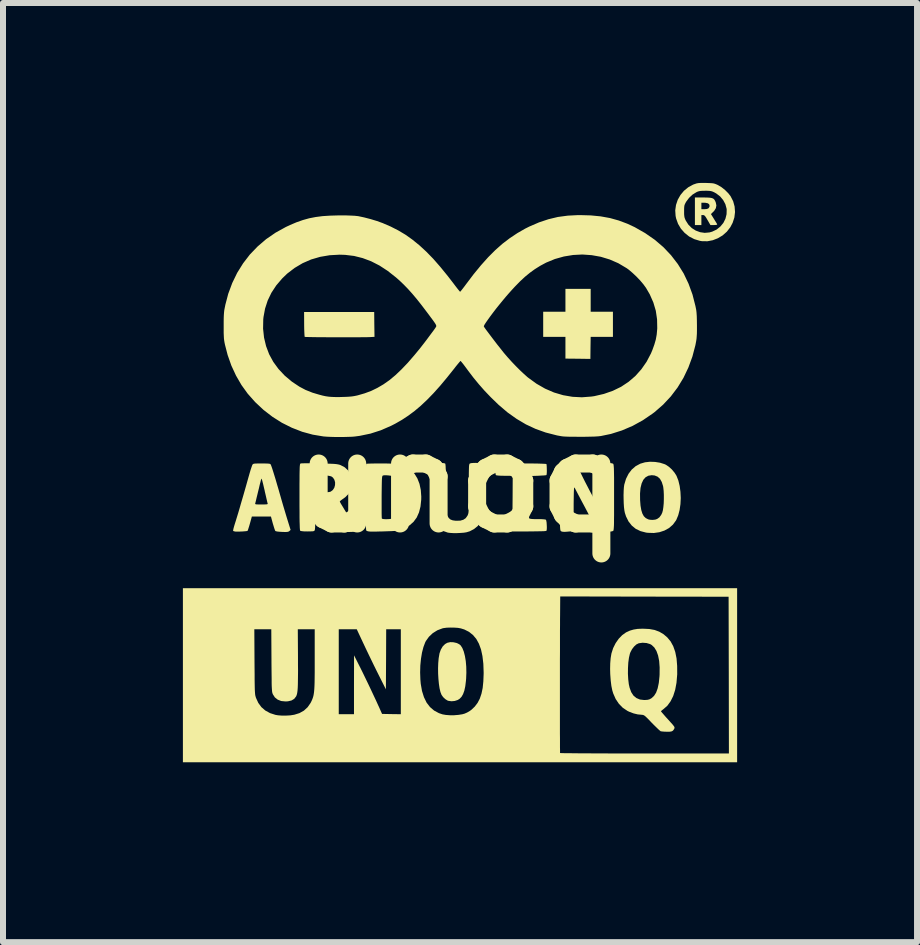
<source format=kicad_pcb>
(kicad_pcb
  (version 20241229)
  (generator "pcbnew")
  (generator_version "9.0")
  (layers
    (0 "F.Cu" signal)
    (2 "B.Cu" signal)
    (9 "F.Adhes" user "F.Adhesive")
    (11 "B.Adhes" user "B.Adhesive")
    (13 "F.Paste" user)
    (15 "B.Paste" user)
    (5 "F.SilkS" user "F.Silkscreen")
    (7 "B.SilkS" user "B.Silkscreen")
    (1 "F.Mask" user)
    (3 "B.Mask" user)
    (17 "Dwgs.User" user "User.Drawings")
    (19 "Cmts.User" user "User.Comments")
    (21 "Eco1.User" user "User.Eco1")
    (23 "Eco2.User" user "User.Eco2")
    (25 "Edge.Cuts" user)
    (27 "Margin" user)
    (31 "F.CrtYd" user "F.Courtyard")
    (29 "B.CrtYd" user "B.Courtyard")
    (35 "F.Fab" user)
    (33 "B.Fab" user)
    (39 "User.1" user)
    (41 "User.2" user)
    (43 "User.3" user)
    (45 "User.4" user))
  (footprint "unoq"
    (layer "F.Cu")
    (at 4.621 5.001)
    (property "Reference" "unoq" (at 0 0 0) (layer "F.SilkS") (effects (font (size 1.5 1.5) (thickness 0.3))))
    (attr board_only exclude_from_pos_files exclude_from_bom)
    (fp_poly (pts (xy 2.179 -3.043) (xy 2.179 -2.853) (xy 2.364 -2.853) (xy 2.55 -2.853) (xy 2.55 -2.643) (xy 2.55 -2.433) (xy 2.364 -2.433) (xy 2.179 -2.433) (xy 2.176 -2.249) (xy 2.174 -2.066) (xy 1.966 -2.069) (xy 1.758 -2.071) (xy 1.758 -2.252) (xy 1.758 -2.433) (xy 1.573 -2.433) (xy 1.387 -2.433) (xy 1.387 -2.643) (xy 1.387 -2.853) (xy 1.573 -2.853) (xy 1.758 -2.853) (xy 1.758 -3.043) (xy 1.758 -3.234) (xy 1.968 -3.234) (xy 2.179 -3.234)) (stroke (width 0) (type solid)) (fill yes) (layer "F.SilkS"))
    (fp_poly (pts (xy -1.429 -2.641) (xy -1.426 -2.434) (xy -1.497 -2.43) (xy -1.523 -2.429) (xy -1.565 -2.428) (xy -1.619 -2.428) (xy -1.686 -2.427) (xy -1.761 -2.427) (xy -1.843 -2.427) (xy -1.93 -2.427) (xy -2.02 -2.427) (xy -2.11 -2.427) (xy -2.198 -2.427) (xy -2.283 -2.428) (xy -2.361 -2.428) (xy -2.432 -2.429) (xy -2.492 -2.43) (xy -2.539 -2.431) (xy -2.572 -2.432) (xy -2.588 -2.433) (xy -2.589 -2.433) (xy -2.592 -2.444) (xy -2.594 -2.471) (xy -2.596 -2.512) (xy -2.598 -2.564) (xy -2.599 -2.624) (xy -2.599 -2.643) (xy -2.6 -2.848) (xy -2.016 -2.848) (xy -1.431 -2.848)) (stroke (width 0) (type solid)) (fill yes) (layer "F.SilkS"))
    (fp_poly (pts (xy -0.11 2.659) (xy -0.057 2.671) (xy -0.013 2.692) (xy 0.011 2.712) (xy 0.039 2.756) (xy 0.063 2.815) (xy 0.082 2.889) (xy 0.096 2.973) (xy 0.104 3.066) (xy 0.106 3.165) (xy 0.102 3.266) (xy 0.099 3.301) (xy 0.088 3.392) (xy 0.072 3.466) (xy 0.051 3.524) (xy 0.025 3.569) (xy -0.008 3.603) (xy -0.039 3.622) (xy -0.088 3.638) (xy -0.142 3.643) (xy -0.193 3.636) (xy -0.21 3.63) (xy -0.246 3.607) (xy -0.281 3.574) (xy -0.307 3.538) (xy -0.308 3.536) (xy -0.326 3.49) (xy -0.341 3.427) (xy -0.352 3.353) (xy -0.36 3.27) (xy -0.365 3.182) (xy -0.366 3.093) (xy -0.363 3.007) (xy -0.356 2.926) (xy -0.344 2.856) (xy -0.342 2.844) (xy -0.32 2.782) (xy -0.289 2.729) (xy -0.249 2.689) (xy -0.212 2.668) (xy -0.163 2.657)) (stroke (width 0) (type solid)) (fill yes) (layer "F.SilkS"))
    (fp_poly (pts (xy 4.121 -4.757) (xy 4.168 -4.754) (xy 4.202 -4.748) (xy 4.226 -4.737) (xy 4.243 -4.72) (xy 4.256 -4.696) (xy 4.265 -4.674) (xy 4.275 -4.625) (xy 4.266 -4.579) (xy 4.238 -4.534) (xy 4.221 -4.517) (xy 4.184 -4.482) (xy 4.236 -4.398) (xy 4.258 -4.362) (xy 4.276 -4.333) (xy 4.287 -4.313) (xy 4.289 -4.307) (xy 4.28 -4.302) (xy 4.257 -4.299) (xy 4.232 -4.298) (xy 4.176 -4.298) (xy 4.128 -4.381) (xy 4.105 -4.42) (xy 4.088 -4.445) (xy 4.075 -4.458) (xy 4.062 -4.464) (xy 4.052 -4.465) (xy 4.025 -4.465) (xy 4.025 -4.381) (xy 4.025 -4.298) (xy 3.971 -4.298) (xy 3.917 -4.298) (xy 3.917 -4.528) (xy 3.917 -4.616) (xy 4.025 -4.616) (xy 4.025 -4.562) (xy 4.075 -4.562) (xy 4.118 -4.566) (xy 4.144 -4.578) (xy 4.158 -4.6) (xy 4.162 -4.617) (xy 4.155 -4.644) (xy 4.133 -4.661) (xy 4.096 -4.669) (xy 4.078 -4.67) (xy 4.025 -4.67) (xy 4.025 -4.616) (xy 3.917 -4.616) (xy 3.917 -4.758) (xy 4.058 -4.758)) (stroke (width 0) (type solid)) (fill yes) (layer "F.SilkS"))
    (fp_poly (pts (xy 3.253 -0.348) (xy 3.335 -0.335) (xy 3.408 -0.312) (xy 3.431 -0.302) (xy 3.482 -0.268) (xy 3.533 -0.222) (xy 3.578 -0.168) (xy 3.61 -0.117) (xy 3.641 -0.038) (xy 3.663 0.053) (xy 3.676 0.151) (xy 3.681 0.254) (xy 3.676 0.355) (xy 3.662 0.453) (xy 3.639 0.541) (xy 3.607 0.618) (xy 3.6 0.63) (xy 3.55 0.698) (xy 3.486 0.754) (xy 3.41 0.796) (xy 3.325 0.824) (xy 3.233 0.837) (xy 3.136 0.834) (xy 3.102 0.83) (xy 3.01 0.806) (xy 2.931 0.768) (xy 2.865 0.714) (xy 2.811 0.646) (xy 2.769 0.562) (xy 2.749 0.501) (xy 2.741 0.461) (xy 2.734 0.405) (xy 2.73 0.34) (xy 2.728 0.27) (xy 2.727 0.199) (xy 2.728 0.178) (xy 3.002 0.178) (xy 3.003 0.287) (xy 3.003 0.288) (xy 3.01 0.38) (xy 3.023 0.455) (xy 3.041 0.513) (xy 3.065 0.557) (xy 3.097 0.588) (xy 3.137 0.609) (xy 3.165 0.616) (xy 3.21 0.619) (xy 3.256 0.614) (xy 3.287 0.603) (xy 3.325 0.576) (xy 3.355 0.535) (xy 3.372 0.499) (xy 3.383 0.459) (xy 3.391 0.405) (xy 3.397 0.341) (xy 3.399 0.271) (xy 3.399 0.201) (xy 3.396 0.135) (xy 3.39 0.079) (xy 3.386 0.055) (xy 3.364 -0.014) (xy 3.334 -0.067) (xy 3.295 -0.102) (xy 3.246 -0.122) (xy 3.197 -0.127) (xy 3.141 -0.118) (xy 3.094 -0.092) (xy 3.057 -0.05) (xy 3.029 0.01) (xy 3.01 0.086) (xy 3.002 0.178) (xy 2.728 0.178) (xy 2.729 0.132) (xy 2.733 0.074) (xy 2.739 0.031) (xy 2.768 -0.066) (xy 2.81 -0.15) (xy 2.864 -0.221) (xy 2.93 -0.278) (xy 3.007 -0.319) (xy 3.086 -0.342) (xy 3.168 -0.351)) (stroke (width 0) (type solid)) (fill yes) (layer "F.SilkS"))
    (fp_poly (pts (xy 4.109 -5) (xy 4.162 -4.998) (xy 4.2 -4.996) (xy 4.229 -4.992) (xy 4.254 -4.985) (xy 4.279 -4.975) (xy 4.301 -4.965) (xy 4.361 -4.929) (xy 4.421 -4.881) (xy 4.474 -4.828) (xy 4.512 -4.779) (xy 4.555 -4.695) (xy 4.579 -4.607) (xy 4.586 -4.515) (xy 4.575 -4.424) (xy 4.546 -4.335) (xy 4.508 -4.263) (xy 4.45 -4.188) (xy 4.38 -4.126) (xy 4.3 -4.078) (xy 4.215 -4.045) (xy 4.126 -4.028) (xy 4.036 -4.029) (xy 4 -4.035) (xy 3.907 -4.063) (xy 3.821 -4.107) (xy 3.747 -4.166) (xy 3.684 -4.237) (xy 3.636 -4.318) (xy 3.604 -4.407) (xy 3.595 -4.45) (xy 3.59 -4.528) (xy 3.737 -4.528) (xy 3.737 -4.481) (xy 3.74 -4.447) (xy 3.745 -4.42) (xy 3.755 -4.394) (xy 3.764 -4.374) (xy 3.808 -4.305) (xy 3.865 -4.248) (xy 3.931 -4.206) (xy 4.004 -4.179) (xy 4.08 -4.168) (xy 4.159 -4.175) (xy 4.205 -4.188) (xy 4.279 -4.223) (xy 4.341 -4.273) (xy 4.391 -4.333) (xy 4.426 -4.403) (xy 4.445 -4.479) (xy 4.447 -4.558) (xy 4.445 -4.573) (xy 4.425 -4.646) (xy 4.388 -4.715) (xy 4.337 -4.776) (xy 4.273 -4.825) (xy 4.241 -4.843) (xy 4.213 -4.856) (xy 4.187 -4.864) (xy 4.159 -4.868) (xy 4.121 -4.87) (xy 4.088 -4.87) (xy 4.041 -4.869) (xy 4.007 -4.867) (xy 3.98 -4.861) (xy 3.954 -4.852) (xy 3.937 -4.843) (xy 3.876 -4.805) (xy 3.82 -4.752) (xy 3.774 -4.691) (xy 3.765 -4.676) (xy 3.752 -4.651) (xy 3.743 -4.629) (xy 3.739 -4.603) (xy 3.737 -4.569) (xy 3.737 -4.528) (xy 3.59 -4.528) (xy 3.589 -4.543) (xy 3.602 -4.634) (xy 3.631 -4.72) (xy 3.676 -4.799) (xy 3.734 -4.869) (xy 3.806 -4.928) (xy 3.888 -4.973) (xy 3.943 -4.992) (xy 3.975 -4.998) (xy 4.024 -5.001) (xy 4.088 -5.001)) (stroke (width 0) (type solid)) (fill yes) (layer "F.SilkS"))
    (fp_poly (pts (xy 1.121 -0.322) (xy 1.213 -0.322) (xy 1.291 -0.321) (xy 1.353 -0.319) (xy 1.4 -0.317) (xy 1.43 -0.315) (xy 1.441 -0.313) (xy 1.444 -0.298) (xy 1.446 -0.271) (xy 1.447 -0.235) (xy 1.448 -0.198) (xy 1.447 -0.164) (xy 1.444 -0.139) (xy 1.442 -0.129) (xy 1.43 -0.126) (xy 1.402 -0.123) (xy 1.362 -0.121) (xy 1.314 -0.118) (xy 1.291 -0.117) (xy 1.148 -0.112) (xy 1.145 0.233) (xy 1.145 0.335) (xy 1.145 0.418) (xy 1.146 0.484) (xy 1.147 0.533) (xy 1.149 0.567) (xy 1.152 0.587) (xy 1.154 0.592) (xy 1.164 0.598) (xy 1.185 0.602) (xy 1.219 0.605) (xy 1.269 0.606) (xy 1.294 0.606) (xy 1.354 0.606) (xy 1.396 0.609) (xy 1.422 0.612) (xy 1.434 0.618) (xy 1.434 0.618) (xy 1.439 0.634) (xy 1.444 0.663) (xy 1.446 0.699) (xy 1.448 0.737) (xy 1.447 0.771) (xy 1.444 0.794) (xy 1.442 0.799) (xy 1.436 0.802) (xy 1.419 0.805) (xy 1.392 0.807) (xy 1.352 0.808) (xy 1.297 0.809) (xy 1.228 0.81) (xy 1.142 0.811) (xy 1.038 0.811) (xy 1.016 0.811) (xy 0.914 0.811) (xy 0.83 0.811) (xy 0.762 0.81) (xy 0.708 0.809) (xy 0.667 0.808) (xy 0.637 0.807) (xy 0.616 0.805) (xy 0.603 0.802) (xy 0.595 0.799) (xy 0.592 0.795) (xy 0.592 0.795) (xy 0.588 0.775) (xy 0.587 0.743) (xy 0.587 0.705) (xy 0.588 0.669) (xy 0.592 0.64) (xy 0.596 0.625) (xy 0.604 0.619) (xy 0.621 0.614) (xy 0.651 0.61) (xy 0.695 0.608) (xy 0.74 0.606) (xy 0.874 0.601) (xy 0.877 0.242) (xy 0.879 -0.117) (xy 0.745 -0.117) (xy 0.68 -0.118) (xy 0.635 -0.121) (xy 0.607 -0.125) (xy 0.598 -0.129) (xy 0.593 -0.144) (xy 0.589 -0.172) (xy 0.586 -0.208) (xy 0.586 -0.246) (xy 0.587 -0.28) (xy 0.591 -0.304) (xy 0.592 -0.307) (xy 0.595 -0.311) (xy 0.602 -0.314) (xy 0.616 -0.316) (xy 0.636 -0.318) (xy 0.666 -0.32) (xy 0.707 -0.321) (xy 0.761 -0.322) (xy 0.829 -0.322) (xy 0.914 -0.322) (xy 1.016 -0.322) (xy 1.016 -0.322)) (stroke (width 0) (type solid)) (fill yes) (layer "F.SilkS"))
    (fp_poly (pts (xy -1.225 -0.322) (xy -1.149 -0.32) (xy -1.087 -0.317) (xy -1.036 -0.311) (xy -0.993 -0.303) (xy -0.955 -0.293) (xy -0.92 -0.279) (xy -0.889 -0.263) (xy -0.818 -0.214) (xy -0.758 -0.15) (xy -0.711 -0.073) (xy -0.676 0.017) (xy -0.654 0.119) (xy -0.646 0.231) (xy -0.647 0.283) (xy -0.659 0.396) (xy -0.684 0.494) (xy -0.722 0.579) (xy -0.775 0.651) (xy -0.842 0.71) (xy -0.924 0.758) (xy -0.983 0.783) (xy -1.013 0.792) (xy -1.047 0.799) (xy -1.09 0.803) (xy -1.145 0.806) (xy -1.177 0.807) (xy -1.235 0.809) (xy -1.293 0.811) (xy -1.345 0.812) (xy -1.385 0.813) (xy -1.387 0.814) (xy -1.431 0.814) (xy -1.473 0.814) (xy -1.504 0.813) (xy -1.534 0.809) (xy -1.556 0.802) (xy -1.56 0.799) (xy -1.563 0.793) (xy -1.566 0.779) (xy -1.568 0.755) (xy -1.569 0.72) (xy -1.57 0.673) (xy -1.571 0.613) (xy -1.572 0.538) (xy -1.573 0.447) (xy -1.573 0.391) (xy -1.307 0.391) (xy -1.307 0.457) (xy -1.307 0.513) (xy -1.306 0.556) (xy -1.305 0.584) (xy -1.304 0.595) (xy -1.292 0.602) (xy -1.265 0.606) (xy -1.227 0.607) (xy -1.184 0.605) (xy -1.14 0.6) (xy -1.098 0.594) (xy -1.064 0.585) (xy -1.049 0.579) (xy -1.011 0.554) (xy -0.982 0.524) (xy -0.96 0.485) (xy -0.946 0.435) (xy -0.937 0.372) (xy -0.934 0.292) (xy -0.934 0.269) (xy -0.936 0.172) (xy -0.944 0.092) (xy -0.958 0.027) (xy -0.98 -0.024) (xy -1.008 -0.062) (xy -1.04 -0.088) (xy -1.066 -0.099) (xy -1.104 -0.109) (xy -1.148 -0.117) (xy -1.194 -0.123) (xy -1.236 -0.126) (xy -1.269 -0.125) (xy -1.288 -0.121) (xy -1.292 -0.116) (xy -1.296 -0.108) (xy -1.299 -0.095) (xy -1.301 -0.074) (xy -1.303 -0.043) (xy -1.304 -0.001) (xy -1.305 0.054) (xy -1.306 0.125) (xy -1.307 0.212) (xy -1.307 0.235) (xy -1.307 0.316) (xy -1.307 0.391) (xy -1.573 0.391) (xy -1.573 0.339) (xy -1.573 0.239) (xy -1.573 0.133) (xy -1.572 0.035) (xy -1.572 -0.055) (xy -1.571 -0.134) (xy -1.57 -0.201) (xy -1.568 -0.254) (xy -1.567 -0.292) (xy -1.565 -0.313) (xy -1.564 -0.317) (xy -1.552 -0.318) (xy -1.524 -0.32) (xy -1.481 -0.321) (xy -1.427 -0.322) (xy -1.365 -0.322) (xy -1.317 -0.322)) (stroke (width 0) (type solid)) (fill yes) (layer "F.SilkS"))
    (fp_poly (pts (xy -3.251 -0.322) (xy -3.212 -0.321) (xy -3.186 -0.319) (xy -3.17 -0.316) (xy -3.161 -0.311) (xy -3.156 -0.303) (xy -3.156 -0.303) (xy -3.148 -0.284) (xy -3.135 -0.248) (xy -3.119 -0.198) (xy -3.099 -0.134) (xy -3.076 -0.059) (xy -3.052 0.024) (xy -3.025 0.115) (xy -2.998 0.21) (xy -2.995 0.22) (xy -2.973 0.297) (xy -2.949 0.38) (xy -2.924 0.463) (xy -2.901 0.54) (xy -2.881 0.606) (xy -2.878 0.615) (xy -2.825 0.786) (xy -2.846 0.805) (xy -2.858 0.813) (xy -2.874 0.818) (xy -2.898 0.82) (xy -2.934 0.82) (xy -2.967 0.819) (xy -3.015 0.816) (xy -3.051 0.812) (xy -3.074 0.806) (xy -3.079 0.804) (xy -3.086 0.79) (xy -3.096 0.762) (xy -3.108 0.723) (xy -3.122 0.677) (xy -3.122 0.677) (xy -3.153 0.562) (xy -3.312 0.562) (xy -3.471 0.562) (xy -3.503 0.678) (xy -3.516 0.723) (xy -3.528 0.761) (xy -3.537 0.789) (xy -3.543 0.801) (xy -3.543 0.801) (xy -3.556 0.805) (xy -3.583 0.808) (xy -3.62 0.811) (xy -3.66 0.813) (xy -3.7 0.814) (xy -3.733 0.814) (xy -3.747 0.813) (xy -3.77 0.808) (xy -3.783 0.803) (xy -3.783 0.791) (xy -3.778 0.765) (xy -3.768 0.728) (xy -3.756 0.688) (xy -3.741 0.641) (xy -3.722 0.579) (xy -3.699 0.504) (xy -3.674 0.419) (xy -3.655 0.352) (xy -3.416 0.352) (xy -3.41 0.357) (xy -3.396 0.36) (xy -3.368 0.361) (xy -3.325 0.361) (xy -3.312 0.361) (xy -3.264 0.361) (xy -3.233 0.36) (xy -3.216 0.358) (xy -3.208 0.353) (xy -3.207 0.346) (xy -3.208 0.344) (xy -3.212 0.33) (xy -3.219 0.3) (xy -3.229 0.257) (xy -3.241 0.204) (xy -3.255 0.145) (xy -3.257 0.133) (xy -3.271 0.074) (xy -3.283 0.022) (xy -3.294 -0.021) (xy -3.302 -0.051) (xy -3.306 -0.065) (xy -3.306 -0.066) (xy -3.309 -0.068) (xy -3.312 -0.065) (xy -3.316 -0.056) (xy -3.322 -0.038) (xy -3.329 -0.009) (xy -3.34 0.033) (xy -3.353 0.09) (xy -3.366 0.142) (xy -3.38 0.2) (xy -3.393 0.253) (xy -3.403 0.296) (xy -3.411 0.328) (xy -3.415 0.344) (xy -3.415 0.344) (xy -3.416 0.352) (xy -3.655 0.352) (xy -3.648 0.328) (xy -3.62 0.233) (xy -3.593 0.139) (xy -3.567 0.048) (xy -3.543 -0.038) (xy -3.522 -0.112) (xy -3.506 -0.168) (xy -3.491 -0.218) (xy -3.477 -0.26) (xy -3.467 -0.289) (xy -3.462 -0.3) (xy -3.456 -0.309) (xy -3.447 -0.315) (xy -3.433 -0.319) (xy -3.411 -0.321) (xy -3.376 -0.322) (xy -3.326 -0.322) (xy -3.307 -0.322)) (stroke (width 0) (type solid)) (fill yes) (layer "F.SilkS"))
    (fp_poly (pts (xy -0.309 -0.331) (xy -0.274 -0.328) (xy -0.251 -0.323) (xy -0.246 -0.319) (xy -0.243 -0.306) (xy -0.24 -0.274) (xy -0.238 -0.223) (xy -0.236 -0.153) (xy -0.234 -0.064) (xy -0.233 0.045) (xy -0.232 0.103) (xy -0.232 0.204) (xy -0.231 0.287) (xy -0.23 0.354) (xy -0.229 0.408) (xy -0.228 0.449) (xy -0.226 0.481) (xy -0.224 0.504) (xy -0.221 0.522) (xy -0.217 0.535) (xy -0.213 0.546) (xy -0.21 0.551) (xy -0.187 0.588) (xy -0.159 0.612) (xy -0.122 0.626) (xy -0.072 0.633) (xy -0.06 0.633) (xy 0.005 0.631) (xy 0.056 0.616) (xy 0.095 0.59) (xy 0.124 0.549) (xy 0.125 0.547) (xy 0.13 0.536) (xy 0.134 0.525) (xy 0.138 0.512) (xy 0.141 0.495) (xy 0.143 0.472) (xy 0.144 0.441) (xy 0.145 0.401) (xy 0.146 0.349) (xy 0.146 0.283) (xy 0.147 0.202) (xy 0.147 0.103) (xy 0.147 0.096) (xy 0.147 -0.004) (xy 0.147 -0.086) (xy 0.147 -0.153) (xy 0.148 -0.205) (xy 0.149 -0.244) (xy 0.15 -0.273) (xy 0.152 -0.294) (xy 0.155 -0.307) (xy 0.158 -0.315) (xy 0.162 -0.32) (xy 0.165 -0.322) (xy 0.186 -0.328) (xy 0.22 -0.331) (xy 0.261 -0.332) (xy 0.303 -0.331) (xy 0.342 -0.329) (xy 0.372 -0.324) (xy 0.385 -0.32) (xy 0.389 -0.316) (xy 0.392 -0.309) (xy 0.395 -0.298) (xy 0.397 -0.28) (xy 0.398 -0.255) (xy 0.399 -0.22) (xy 0.4 -0.173) (xy 0.4 -0.113) (xy 0.399 -0.038) (xy 0.399 0.053) (xy 0.398 0.113) (xy 0.397 0.217) (xy 0.396 0.303) (xy 0.395 0.374) (xy 0.393 0.43) (xy 0.392 0.475) (xy 0.39 0.511) (xy 0.387 0.538) (xy 0.384 0.559) (xy 0.38 0.576) (xy 0.377 0.586) (xy 0.344 0.658) (xy 0.296 0.72) (xy 0.234 0.771) (xy 0.161 0.809) (xy 0.108 0.825) (xy 0.065 0.832) (xy 0.01 0.836) (xy -0.05 0.839) (xy -0.109 0.839) (xy -0.161 0.836) (xy -0.201 0.831) (xy -0.205 0.83) (xy -0.285 0.802) (xy -0.354 0.758) (xy -0.409 0.701) (xy -0.451 0.631) (xy -0.477 0.55) (xy -0.478 0.542) (xy -0.481 0.519) (xy -0.483 0.48) (xy -0.486 0.425) (xy -0.489 0.359) (xy -0.491 0.283) (xy -0.493 0.2) (xy -0.495 0.112) (xy -0.495 0.089) (xy -0.497 -0.009) (xy -0.498 -0.09) (xy -0.498 -0.155) (xy -0.499 -0.205) (xy -0.498 -0.244) (xy -0.497 -0.272) (xy -0.495 -0.291) (xy -0.493 -0.304) (xy -0.49 -0.312) (xy -0.486 -0.317) (xy -0.483 -0.319) (xy -0.465 -0.325) (xy -0.433 -0.33) (xy -0.393 -0.332) (xy -0.35 -0.333)) (stroke (width 0) (type solid)) (fill yes) (layer "F.SilkS"))
    (fp_poly (pts (xy 3.156 2.438) (xy 3.245 2.454) (xy 3.323 2.483) (xy 3.394 2.525) (xy 3.457 2.579) (xy 3.512 2.645) (xy 3.556 2.726) (xy 3.589 2.82) (xy 3.611 2.929) (xy 3.621 3.054) (xy 3.622 3.195) (xy 3.621 3.204) (xy 3.61 3.335) (xy 3.588 3.452) (xy 3.555 3.556) (xy 3.511 3.644) (xy 3.457 3.718) (xy 3.393 3.774) (xy 3.369 3.792) (xy 3.354 3.806) (xy 3.351 3.81) (xy 3.357 3.819) (xy 3.375 3.84) (xy 3.401 3.87) (xy 3.434 3.908) (xy 3.468 3.945) (xy 3.51 3.992) (xy 3.541 4.026) (xy 3.561 4.051) (xy 3.573 4.068) (xy 3.577 4.081) (xy 3.577 4.09) (xy 3.575 4.096) (xy 3.56 4.122) (xy 3.544 4.138) (xy 3.523 4.147) (xy 3.492 4.151) (xy 3.449 4.151) (xy 3.409 4.15) (xy 3.373 4.147) (xy 3.35 4.144) (xy 3.346 4.143) (xy 3.333 4.133) (xy 3.309 4.112) (xy 3.277 4.081) (xy 3.239 4.044) (xy 3.197 4.002) (xy 3.153 3.955) (xy 3.119 3.921) (xy 3.094 3.897) (xy 3.075 3.882) (xy 3.06 3.874) (xy 3.047 3.87) (xy 3.033 3.869) (xy 3.027 3.868) (xy 2.963 3.862) (xy 2.893 3.845) (xy 2.822 3.818) (xy 2.793 3.804) (xy 2.716 3.753) (xy 2.65 3.686) (xy 2.596 3.606) (xy 2.555 3.513) (xy 2.54 3.464) (xy 2.524 3.387) (xy 2.513 3.297) (xy 2.506 3.202) (xy 2.505 3.184) (xy 2.8 3.184) (xy 2.805 3.275) (xy 2.815 3.359) (xy 2.828 3.417) (xy 2.855 3.491) (xy 2.892 3.548) (xy 2.941 3.589) (xy 3 3.614) (xy 3.069 3.622) (xy 3.083 3.622) (xy 3.126 3.619) (xy 3.156 3.612) (xy 3.183 3.598) (xy 3.192 3.593) (xy 3.235 3.554) (xy 3.27 3.499) (xy 3.296 3.427) (xy 3.315 3.337) (xy 3.326 3.231) (xy 3.328 3.199) (xy 3.329 3.078) (xy 3.321 2.971) (xy 3.303 2.88) (xy 3.276 2.805) (xy 3.24 2.746) (xy 3.195 2.704) (xy 3.171 2.69) (xy 3.111 2.672) (xy 3.045 2.667) (xy 2.98 2.676) (xy 2.978 2.677) (xy 2.94 2.696) (xy 2.903 2.73) (xy 2.869 2.774) (xy 2.842 2.825) (xy 2.833 2.849) (xy 2.817 2.918) (xy 2.806 3) (xy 2.801 3.091) (xy 2.8 3.184) (xy 2.505 3.184) (xy 2.503 3.104) (xy 2.505 3.01) (xy 2.512 2.924) (xy 2.524 2.852) (xy 2.526 2.843) (xy 2.554 2.756) (xy 2.595 2.674) (xy 2.646 2.601) (xy 2.704 2.541) (xy 2.768 2.495) (xy 2.772 2.493) (xy 2.833 2.465) (xy 2.895 2.447) (xy 2.963 2.436) (xy 3.044 2.433) (xy 3.052 2.433)) (stroke (width 0) (type solid)) (fill yes) (layer "F.SilkS"))
    (fp_poly (pts (xy 1.858 -0.332) (xy 1.897 -0.328) (xy 1.925 -0.321) (xy 1.937 -0.315) (xy 1.947 -0.3) (xy 1.962 -0.27) (xy 1.981 -0.232) (xy 1.998 -0.195) (xy 2.023 -0.142) (xy 2.052 -0.083) (xy 2.085 -0.017) (xy 2.124 0.058) (xy 2.169 0.145) (xy 2.223 0.245) (xy 2.246 0.288) (xy 2.33 0.445) (xy 2.335 0.064) (xy 2.34 -0.317) (xy 2.369 -0.324) (xy 2.408 -0.329) (xy 2.451 -0.331) (xy 2.492 -0.33) (xy 2.527 -0.326) (xy 2.55 -0.32) (xy 2.554 -0.317) (xy 2.557 -0.312) (xy 2.56 -0.303) (xy 2.562 -0.289) (xy 2.564 -0.267) (xy 2.566 -0.238) (xy 2.567 -0.198) (xy 2.568 -0.147) (xy 2.569 -0.083) (xy 2.569 -0.004) (xy 2.569 0.09) (xy 2.569 0.202) (xy 2.569 0.244) (xy 2.569 0.361) (xy 2.569 0.461) (xy 2.569 0.544) (xy 2.568 0.613) (xy 2.568 0.668) (xy 2.567 0.71) (xy 2.565 0.743) (xy 2.563 0.767) (xy 2.561 0.783) (xy 2.559 0.794) (xy 2.556 0.8) (xy 2.553 0.802) (xy 2.536 0.809) (xy 2.503 0.814) (xy 2.453 0.818) (xy 2.419 0.819) (xy 2.365 0.82) (xy 2.328 0.819) (xy 2.301 0.813) (xy 2.282 0.8) (xy 2.266 0.776) (xy 2.249 0.74) (xy 2.235 0.706) (xy 2.221 0.676) (xy 2.199 0.631) (xy 2.171 0.576) (xy 2.139 0.514) (xy 2.104 0.447) (xy 2.068 0.379) (xy 2.068 0.379) (xy 2.033 0.314) (xy 2.001 0.253) (xy 1.973 0.2) (xy 1.95 0.156) (xy 1.933 0.124) (xy 1.924 0.106) (xy 1.924 0.105) (xy 1.913 0.086) (xy 1.903 0.078) (xy 1.902 0.088) (xy 1.9 0.114) (xy 1.898 0.156) (xy 1.897 0.212) (xy 1.896 0.278) (xy 1.895 0.352) (xy 1.895 0.434) (xy 1.895 0.439) (xy 1.895 0.521) (xy 1.894 0.597) (xy 1.894 0.664) (xy 1.893 0.72) (xy 1.891 0.764) (xy 1.89 0.793) (xy 1.888 0.804) (xy 1.888 0.804) (xy 1.875 0.807) (xy 1.848 0.81) (xy 1.811 0.813) (xy 1.793 0.815) (xy 1.747 0.818) (xy 1.717 0.817) (xy 1.697 0.813) (xy 1.685 0.807) (xy 1.681 0.804) (xy 1.677 0.799) (xy 1.674 0.79) (xy 1.672 0.778) (xy 1.67 0.759) (xy 1.668 0.732) (xy 1.667 0.696) (xy 1.666 0.649) (xy 1.665 0.59) (xy 1.664 0.517) (xy 1.664 0.429) (xy 1.663 0.324) (xy 1.663 0.246) (xy 1.662 0.128) (xy 1.662 0.028) (xy 1.662 -0.056) (xy 1.662 -0.124) (xy 1.662 -0.179) (xy 1.663 -0.223) (xy 1.664 -0.256) (xy 1.666 -0.28) (xy 1.668 -0.296) (xy 1.671 -0.307) (xy 1.674 -0.314) (xy 1.676 -0.316) (xy 1.694 -0.325) (xy 1.726 -0.33) (xy 1.767 -0.333) (xy 1.813 -0.334)) (stroke (width 0) (type solid)) (fill yes) (layer "F.SilkS"))
    (fp_poly (pts (xy -2.498 -0.326) (xy -2.42 -0.325) (xy -2.345 -0.323) (xy -2.259 -0.321) (xy -2.191 -0.319) (xy -2.138 -0.317) (xy -2.097 -0.315) (xy -2.065 -0.312) (xy -2.04 -0.308) (xy -2.02 -0.304) (xy -2.002 -0.299) (xy -1.988 -0.293) (xy -1.922 -0.258) (xy -1.869 -0.209) (xy -1.831 -0.147) (xy -1.818 -0.112) (xy -1.8 -0.029) (xy -1.802 0.049) (xy -1.821 0.12) (xy -1.858 0.184) (xy -1.913 0.24) (xy -1.947 0.265) (xy -1.976 0.285) (xy -1.997 0.302) (xy -2.005 0.312) (xy -2.005 0.313) (xy -1.999 0.325) (xy -1.986 0.349) (xy -1.966 0.382) (xy -1.95 0.408) (xy -1.927 0.447) (xy -1.896 0.497) (xy -1.862 0.554) (xy -1.828 0.611) (xy -1.812 0.639) (xy -1.725 0.784) (xy -1.748 0.802) (xy -1.761 0.81) (xy -1.777 0.816) (xy -1.803 0.819) (xy -1.84 0.82) (xy -1.884 0.82) (xy -1.946 0.819) (xy -1.99 0.815) (xy -2.017 0.809) (xy -2.023 0.806) (xy -2.037 0.794) (xy -2.055 0.768) (xy -2.08 0.728) (xy -2.111 0.672) (xy -2.139 0.618) (xy -2.168 0.563) (xy -2.195 0.513) (xy -2.219 0.47) (xy -2.237 0.437) (xy -2.248 0.419) (xy -2.249 0.418) (xy -2.277 0.393) (xy -2.316 0.378) (xy -2.36 0.373) (xy -2.378 0.375) (xy -2.413 0.382) (xy -2.413 0.577) (xy -2.414 0.645) (xy -2.415 0.704) (xy -2.417 0.749) (xy -2.42 0.78) (xy -2.423 0.792) (xy -2.429 0.8) (xy -2.44 0.806) (xy -2.459 0.809) (xy -2.489 0.81) (xy -2.535 0.811) (xy -2.543 0.811) (xy -2.602 0.81) (xy -2.642 0.806) (xy -2.663 0.801) (xy -2.665 0.799) (xy -2.668 0.791) (xy -2.67 0.774) (xy -2.672 0.744) (xy -2.673 0.703) (xy -2.675 0.647) (xy -2.676 0.577) (xy -2.676 0.491) (xy -2.677 0.387) (xy -2.677 0.266) (xy -2.677 0.238) (xy -2.677 0.12) (xy -2.677 0.02) (xy -2.676 -0.063) (xy -2.676 -0.116) (xy -2.413 -0.116) (xy -2.413 0.018) (xy -2.412 0.068) (xy -2.411 0.11) (xy -2.409 0.142) (xy -2.406 0.159) (xy -2.406 0.16) (xy -2.392 0.164) (xy -2.363 0.166) (xy -2.325 0.166) (xy -2.282 0.164) (xy -2.238 0.16) (xy -2.199 0.156) (xy -2.169 0.151) (xy -2.155 0.146) (xy -2.12 0.119) (xy -2.096 0.081) (xy -2.084 0.037) (xy -2.083 -0.008) (xy -2.095 -0.051) (xy -2.118 -0.086) (xy -2.143 -0.105) (xy -2.169 -0.113) (xy -2.209 -0.12) (xy -2.256 -0.125) (xy -2.305 -0.127) (xy -2.349 -0.126) (xy -2.378 -0.123) (xy -2.413 -0.116) (xy -2.676 -0.116) (xy -2.676 -0.131) (xy -2.675 -0.186) (xy -2.674 -0.229) (xy -2.673 -0.262) (xy -2.671 -0.285) (xy -2.669 -0.301) (xy -2.667 -0.312) (xy -2.664 -0.318) (xy -2.66 -0.321) (xy -2.66 -0.321) (xy -2.645 -0.324) (xy -2.612 -0.325) (xy -2.562 -0.326)) (stroke (width 0) (type solid)) (fill yes) (layer "F.SilkS"))
    (fp_poly (pts (xy 4.621 3.209) (xy 4.621 4.66) (xy 0 4.66) (xy -4.621 4.66) (xy -4.621 3.209) (xy -4.621 2.442) (xy -3.43 2.442) (xy -3.427 2.982) (xy -3.426 3.099) (xy -3.425 3.197) (xy -3.425 3.28) (xy -3.424 3.348) (xy -3.423 3.403) (xy -3.422 3.447) (xy -3.42 3.483) (xy -3.418 3.51) (xy -3.416 3.532) (xy -3.413 3.549) (xy -3.409 3.564) (xy -3.405 3.578) (xy -3.402 3.587) (xy -3.364 3.67) (xy -3.312 3.741) (xy -3.246 3.798) (xy -3.167 3.841) (xy -3.077 3.87) (xy -3.036 3.877) (xy -2.973 3.882) (xy -2.901 3.882) (xy -2.829 3.878) (xy -2.767 3.868) (xy -2.765 3.868) (xy -2.678 3.841) (xy -2.603 3.799) (xy -2.541 3.742) (xy -2.493 3.673) (xy -2.486 3.66) (xy -2.473 3.633) (xy -2.462 3.607) (xy -2.453 3.582) (xy -2.445 3.554) (xy -2.439 3.523) (xy -2.434 3.487) (xy -2.43 3.443) (xy -2.427 3.39) (xy -2.425 3.327) (xy -2.424 3.25) (xy -2.423 3.16) (xy -2.423 3.151) (xy -2.022 3.151) (xy -2.022 3.859) (xy -1.895 3.859) (xy -1.768 3.859) (xy -1.768 3.368) (xy -1.767 2.877) (xy -1.693 3.024) (xy -1.658 3.093) (xy -1.618 3.174) (xy -1.574 3.265) (xy -1.528 3.36) (xy -1.483 3.455) (xy -1.44 3.547) (xy -1.4 3.632) (xy -1.367 3.705) (xy -1.352 3.737) (xy -1.3 3.854) (xy -1.143 3.857) (xy -0.987 3.859) (xy -0.987 3.162) (xy -0.665 3.162) (xy -0.661 3.279) (xy -0.655 3.351) (xy -0.634 3.471) (xy -0.601 3.576) (xy -0.557 3.666) (xy -0.5 3.74) (xy -0.432 3.798) (xy -0.352 3.841) (xy -0.293 3.861) (xy -0.237 3.871) (xy -0.17 3.876) (xy -0.097 3.876) (xy -0.026 3.87) (xy 0.038 3.86) (xy 0.077 3.849) (xy 0.12 3.83) (xy 0.164 3.804) (xy 0.189 3.786) (xy 0.246 3.732) (xy 0.293 3.67) (xy 0.327 3.605) (xy 1.666 3.605) (xy 1.666 3.733) (xy 1.666 3.857) (xy 1.666 3.973) (xy 1.666 4.082) (xy 1.666 4.182) (xy 1.667 4.271) (xy 1.667 4.348) (xy 1.667 4.411) (xy 1.668 4.459) (xy 1.668 4.491) (xy 1.668 4.506) (xy 1.668 4.506) (xy 1.678 4.507) (xy 1.707 4.508) (xy 1.753 4.509) (xy 1.815 4.509) (xy 1.892 4.51) (xy 1.983 4.511) (xy 2.087 4.511) (xy 2.203 4.512) (xy 2.33 4.512) (xy 2.467 4.513) (xy 2.612 4.513) (xy 2.765 4.513) (xy 2.924 4.513) (xy 3.078 4.513) (xy 4.484 4.513) (xy 4.482 3.207) (xy 4.479 1.9) (xy 3.075 1.898) (xy 1.671 1.895) (xy 1.669 2.2) (xy 1.668 2.277) (xy 1.668 2.365) (xy 1.667 2.464) (xy 1.667 2.573) (xy 1.667 2.689) (xy 1.667 2.812) (xy 1.666 2.94) (xy 1.666 3.072) (xy 1.666 3.205) (xy 1.666 3.34) (xy 1.666 3.474) (xy 1.666 3.605) (xy 0.327 3.605) (xy 0.33 3.599) (xy 0.358 3.516) (xy 0.378 3.421) (xy 0.389 3.311) (xy 0.394 3.184) (xy 0.394 3.16) (xy 0.389 3.017) (xy 0.374 2.889) (xy 0.35 2.778) (xy 0.315 2.683) (xy 0.271 2.603) (xy 0.215 2.537) (xy 0.149 2.485) (xy 0.072 2.446) (xy 0.014 2.428) (xy -0.034 2.419) (xy -0.094 2.415) (xy -0.158 2.414) (xy -0.221 2.416) (xy -0.274 2.423) (xy -0.292 2.427) (xy -0.377 2.459) (xy -0.453 2.506) (xy -0.518 2.567) (xy -0.569 2.638) (xy -0.581 2.662) (xy -0.61 2.739) (xy -0.634 2.832) (xy -0.651 2.935) (xy -0.662 3.047) (xy -0.665 3.162) (xy -0.987 3.162) (xy -0.987 3.151) (xy -0.987 2.442) (xy -1.109 2.442) (xy -1.231 2.442) (xy -1.233 2.943) (xy -1.236 3.444) (xy -1.354 3.209) (xy -1.392 3.133) (xy -1.435 3.046) (xy -1.481 2.951) (xy -1.527 2.856) (xy -1.57 2.766) (xy -1.597 2.709) (xy -1.722 2.442) (xy -1.872 2.442) (xy -2.022 2.442) (xy -2.022 3.151) (xy -2.423 3.151) (xy -2.423 3.053) (xy -2.423 2.948) (xy -2.423 2.442) (xy -2.564 2.442) (xy -2.705 2.442) (xy -2.702 2.904) (xy -2.702 3.029) (xy -2.701 3.136) (xy -2.702 3.227) (xy -2.703 3.303) (xy -2.704 3.366) (xy -2.706 3.418) (xy -2.709 3.459) (xy -2.713 3.492) (xy -2.718 3.519) (xy -2.724 3.54) (xy -2.731 3.557) (xy -2.734 3.563) (xy -2.765 3.603) (xy -2.81 3.63) (xy -2.87 3.644) (xy -2.91 3.646) (xy -2.982 3.639) (xy -3.04 3.616) (xy -3.087 3.579) (xy -3.12 3.528) (xy -3.125 3.517) (xy -3.128 3.506) (xy -3.132 3.493) (xy -3.134 3.476) (xy -3.136 3.454) (xy -3.138 3.424) (xy -3.14 3.385) (xy -3.141 3.336) (xy -3.141 3.274) (xy -3.142 3.199) (xy -3.143 3.108) (xy -3.144 2.999) (xy -3.144 2.963) (xy -3.147 2.442) (xy -3.288 2.442) (xy -3.43 2.442) (xy -4.621 2.442) (xy -4.621 1.758) (xy 0 1.758) (xy 4.621 1.758)) (stroke (width 0) (type solid)) (fill yes) (layer "F.SilkS"))
    (fp_poly (pts (xy 2.181 -4.459) (xy 2.345 -4.443) (xy 2.5 -4.415) (xy 2.647 -4.374) (xy 2.791 -4.32) (xy 2.913 -4.263) (xy 3.087 -4.164) (xy 3.247 -4.053) (xy 3.391 -3.93) (xy 3.519 -3.795) (xy 3.632 -3.648) (xy 3.73 -3.49) (xy 3.811 -3.32) (xy 3.877 -3.139) (xy 3.926 -2.947) (xy 3.939 -2.882) (xy 3.944 -2.839) (xy 3.948 -2.78) (xy 3.95 -2.706) (xy 3.951 -2.622) (xy 3.951 -2.613) (xy 3.951 -2.542) (xy 3.95 -2.486) (xy 3.947 -2.441) (xy 3.944 -2.401) (xy 3.938 -2.362) (xy 3.93 -2.32) (xy 3.925 -2.294) (xy 3.875 -2.104) (xy 3.808 -1.922) (xy 3.726 -1.75) (xy 3.628 -1.589) (xy 3.515 -1.44) (xy 3.387 -1.303) (xy 3.246 -1.18) (xy 3.213 -1.155) (xy 3.049 -1.043) (xy 2.878 -0.949) (xy 2.7 -0.873) (xy 2.517 -0.815) (xy 2.349 -0.78) (xy 2.305 -0.775) (xy 2.241 -0.771) (xy 2.159 -0.769) (xy 2.057 -0.767) (xy 1.998 -0.767) (xy 1.916 -0.768) (xy 1.851 -0.768) (xy 1.799 -0.769) (xy 1.756 -0.771) (xy 1.721 -0.773) (xy 1.689 -0.777) (xy 1.657 -0.783) (xy 1.623 -0.789) (xy 1.602 -0.794) (xy 1.427 -0.839) (xy 1.26 -0.899) (xy 1.099 -0.974) (xy 0.944 -1.066) (xy 0.792 -1.174) (xy 0.643 -1.301) (xy 0.513 -1.427) (xy 0.407 -1.538) (xy 0.313 -1.645) (xy 0.225 -1.752) (xy 0.138 -1.866) (xy 0.111 -1.903) (xy 0.079 -1.946) (xy 0.051 -1.983) (xy 0.028 -2.011) (xy 0.014 -2.028) (xy 0.009 -2.032) (xy 0.001 -2.025) (xy -0.017 -2.004) (xy -0.042 -1.974) (xy -0.073 -1.936) (xy -0.091 -1.912) (xy -0.215 -1.757) (xy -0.331 -1.618) (xy -0.442 -1.494) (xy -0.549 -1.384) (xy -0.654 -1.285) (xy -0.757 -1.198) (xy -0.862 -1.12) (xy -0.968 -1.05) (xy -1.078 -0.987) (xy -1.148 -0.951) (xy -1.32 -0.876) (xy -1.494 -0.82) (xy -1.672 -0.783) (xy -1.754 -0.772) (xy -1.801 -0.768) (xy -1.863 -0.766) (xy -1.935 -0.764) (xy -2.012 -0.764) (xy -2.089 -0.764) (xy -2.162 -0.766) (xy -2.225 -0.769) (xy -2.274 -0.773) (xy -2.276 -0.773) (xy -2.456 -0.803) (xy -2.632 -0.851) (xy -2.804 -0.918) (xy -2.97 -1.001) (xy -3.128 -1.101) (xy -3.277 -1.216) (xy -3.416 -1.346) (xy -3.541 -1.487) (xy -3.644 -1.63) (xy -3.735 -1.787) (xy -3.813 -1.955) (xy -3.875 -2.131) (xy -3.919 -2.301) (xy -3.927 -2.339) (xy -3.933 -2.375) (xy -3.937 -2.41) (xy -3.939 -2.451) (xy -3.941 -2.499) (xy -3.941 -2.56) (xy -3.941 -2.57) (xy -3.284 -2.57) (xy -3.268 -2.421) (xy -3.234 -2.279) (xy -3.183 -2.144) (xy -3.114 -2.017) (xy -3.027 -1.898) (xy -2.924 -1.788) (xy -2.804 -1.687) (xy -2.678 -1.603) (xy -2.576 -1.549) (xy -2.461 -1.503) (xy -2.35 -1.47) (xy -2.29 -1.454) (xy -2.238 -1.443) (xy -2.188 -1.436) (xy -2.137 -1.432) (xy -2.077 -1.43) (xy -2.006 -1.43) (xy -1.973 -1.431) (xy -1.904 -1.433) (xy -1.85 -1.436) (xy -1.805 -1.44) (xy -1.765 -1.446) (xy -1.725 -1.454) (xy -1.704 -1.459) (xy -1.59 -1.492) (xy -1.482 -1.532) (xy -1.379 -1.582) (xy -1.278 -1.641) (xy -1.178 -1.711) (xy -1.078 -1.794) (xy -0.977 -1.89) (xy -0.871 -2.001) (xy -0.761 -2.128) (xy -0.667 -2.242) (xy -0.633 -2.286) (xy -0.594 -2.336) (xy -0.553 -2.39) (xy -0.513 -2.444) (xy -0.475 -2.495) (xy -0.442 -2.539) (xy -0.417 -2.574) (xy -0.406 -2.591) (xy -0.4 -2.601) (xy -0.398 -2.606) (xy 0.397 -2.606) (xy 0.409 -2.588) (xy 0.43 -2.558) (xy 0.46 -2.518) (xy 0.496 -2.47) (xy 0.536 -2.417) (xy 0.578 -2.362) (xy 0.62 -2.307) (xy 0.661 -2.256) (xy 0.697 -2.21) (xy 0.727 -2.172) (xy 0.742 -2.154) (xy 0.8 -2.087) (xy 0.865 -2.015) (xy 0.933 -1.944) (xy 1.001 -1.876) (xy 1.066 -1.815) (xy 1.122 -1.765) (xy 1.138 -1.752) (xy 1.276 -1.652) (xy 1.419 -1.57) (xy 1.567 -1.506) (xy 1.719 -1.461) (xy 1.875 -1.434) (xy 2.032 -1.426) (xy 2.19 -1.438) (xy 2.239 -1.445) (xy 2.399 -1.482) (xy 2.548 -1.534) (xy 2.686 -1.601) (xy 2.811 -1.684) (xy 2.924 -1.781) (xy 3.024 -1.893) (xy 3.111 -2.018) (xy 3.184 -2.157) (xy 3.208 -2.214) (xy 3.241 -2.306) (xy 3.265 -2.389) (xy 3.28 -2.472) (xy 3.288 -2.562) (xy 3.289 -2.579) (xy 3.286 -2.726) (xy 3.265 -2.869) (xy 3.224 -3.007) (xy 3.164 -3.143) (xy 3.101 -3.251) (xy 3.058 -3.31) (xy 3.004 -3.374) (xy 2.942 -3.439) (xy 2.877 -3.5) (xy 2.815 -3.553) (xy 2.774 -3.582) (xy 2.639 -3.662) (xy 2.496 -3.724) (xy 2.348 -3.769) (xy 2.196 -3.796) (xy 2.041 -3.807) (xy 1.886 -3.799) (xy 1.733 -3.774) (xy 1.583 -3.732) (xy 1.437 -3.672) (xy 1.34 -3.62) (xy 1.25 -3.564) (xy 1.167 -3.504) (xy 1.085 -3.437) (xy 1.003 -3.361) (xy 0.916 -3.272) (xy 0.867 -3.219) (xy 0.816 -3.162) (xy 0.762 -3.1) (xy 0.708 -3.035) (xy 0.654 -2.969) (xy 0.601 -2.903) (xy 0.552 -2.839) (xy 0.507 -2.779) (xy 0.468 -2.725) (xy 0.436 -2.679) (xy 0.412 -2.643) (xy 0.399 -2.617) (xy 0.397 -2.606) (xy -0.398 -2.606) (xy -0.396 -2.609) (xy -0.396 -2.618) (xy -0.4 -2.631) (xy -0.409 -2.649) (xy -0.425 -2.673) (xy -0.448 -2.706) (xy -0.481 -2.75) (xy -0.523 -2.807) (xy -0.554 -2.848) (xy -0.642 -2.964) (xy -0.722 -3.065) (xy -0.797 -3.154) (xy -0.868 -3.233) (xy -0.938 -3.305) (xy -1.008 -3.372) (xy -1.067 -3.424) (xy -1.205 -3.533) (xy -1.343 -3.623) (xy -1.482 -3.694) (xy -1.623 -3.747) (xy -1.767 -3.783) (xy -1.916 -3.801) (xy -2.008 -3.804) (xy -2.173 -3.795) (xy -2.332 -3.768) (xy -2.483 -3.724) (xy -2.625 -3.662) (xy -2.758 -3.583) (xy -2.882 -3.488) (xy -2.965 -3.408) (xy -3.064 -3.292) (xy -3.145 -3.169) (xy -3.207 -3.04) (xy -3.251 -2.905) (xy -3.277 -2.764) (xy -3.281 -2.726) (xy -3.284 -2.57) (xy -3.941 -2.57) (xy -3.941 -2.623) (xy -3.941 -2.697) (xy -3.94 -2.755) (xy -3.938 -2.801) (xy -3.935 -2.841) (xy -3.931 -2.878) (xy -3.924 -2.915) (xy -3.915 -2.958) (xy -3.915 -2.962) (xy -3.865 -3.152) (xy -3.798 -3.332) (xy -3.716 -3.501) (xy -3.617 -3.66) (xy -3.504 -3.807) (xy -3.375 -3.941) (xy -3.233 -4.063) (xy -3.076 -4.171) (xy -2.906 -4.265) (xy -2.834 -4.299) (xy -2.725 -4.345) (xy -2.619 -4.382) (xy -2.515 -4.411) (xy -2.407 -4.432) (xy -2.292 -4.447) (xy -2.167 -4.455) (xy -2.027 -4.459) (xy -1.998 -4.459) (xy -1.904 -4.459) (xy -1.824 -4.456) (xy -1.759 -4.453) (xy -1.711 -4.448) (xy -1.7 -4.447) (xy -1.601 -4.426) (xy -1.493 -4.398) (xy -1.387 -4.366) (xy -1.29 -4.331) (xy -1.29 -4.331) (xy -1.158 -4.274) (xy -1.032 -4.21) (xy -0.911 -4.138) (xy -0.794 -4.055) (xy -0.678 -3.961) (xy -0.563 -3.855) (xy -0.446 -3.735) (xy -0.328 -3.6) (xy -0.205 -3.449) (xy -0.11 -3.326) (xy -0.076 -3.281) (xy -0.046 -3.242) (xy -0.021 -3.211) (xy -0.005 -3.192) (xy 0.001 -3.185) (xy 0.009 -3.193) (xy 0.026 -3.213) (xy 0.05 -3.244) (xy 0.08 -3.283) (xy 0.099 -3.309) (xy 0.226 -3.477) (xy 0.35 -3.628) (xy 0.47 -3.762) (xy 0.59 -3.882) (xy 0.71 -3.988) (xy 0.832 -4.081) (xy 0.957 -4.164) (xy 1.086 -4.238) (xy 1.158 -4.274) (xy 1.318 -4.343) (xy 1.474 -4.395) (xy 1.632 -4.433) (xy 1.796 -4.455) (xy 1.969 -4.464) (xy 2.003 -4.464)) (stroke (width 0) (type solid)) (fill yes) (layer "F.SilkS")))
  (gr_rect
    (start -3 -3)
    (end 12.242 12.661)
    (stroke (width 0.1) (type default))
    (fill no)
    (layer "Edge.Cuts")))
</source>
